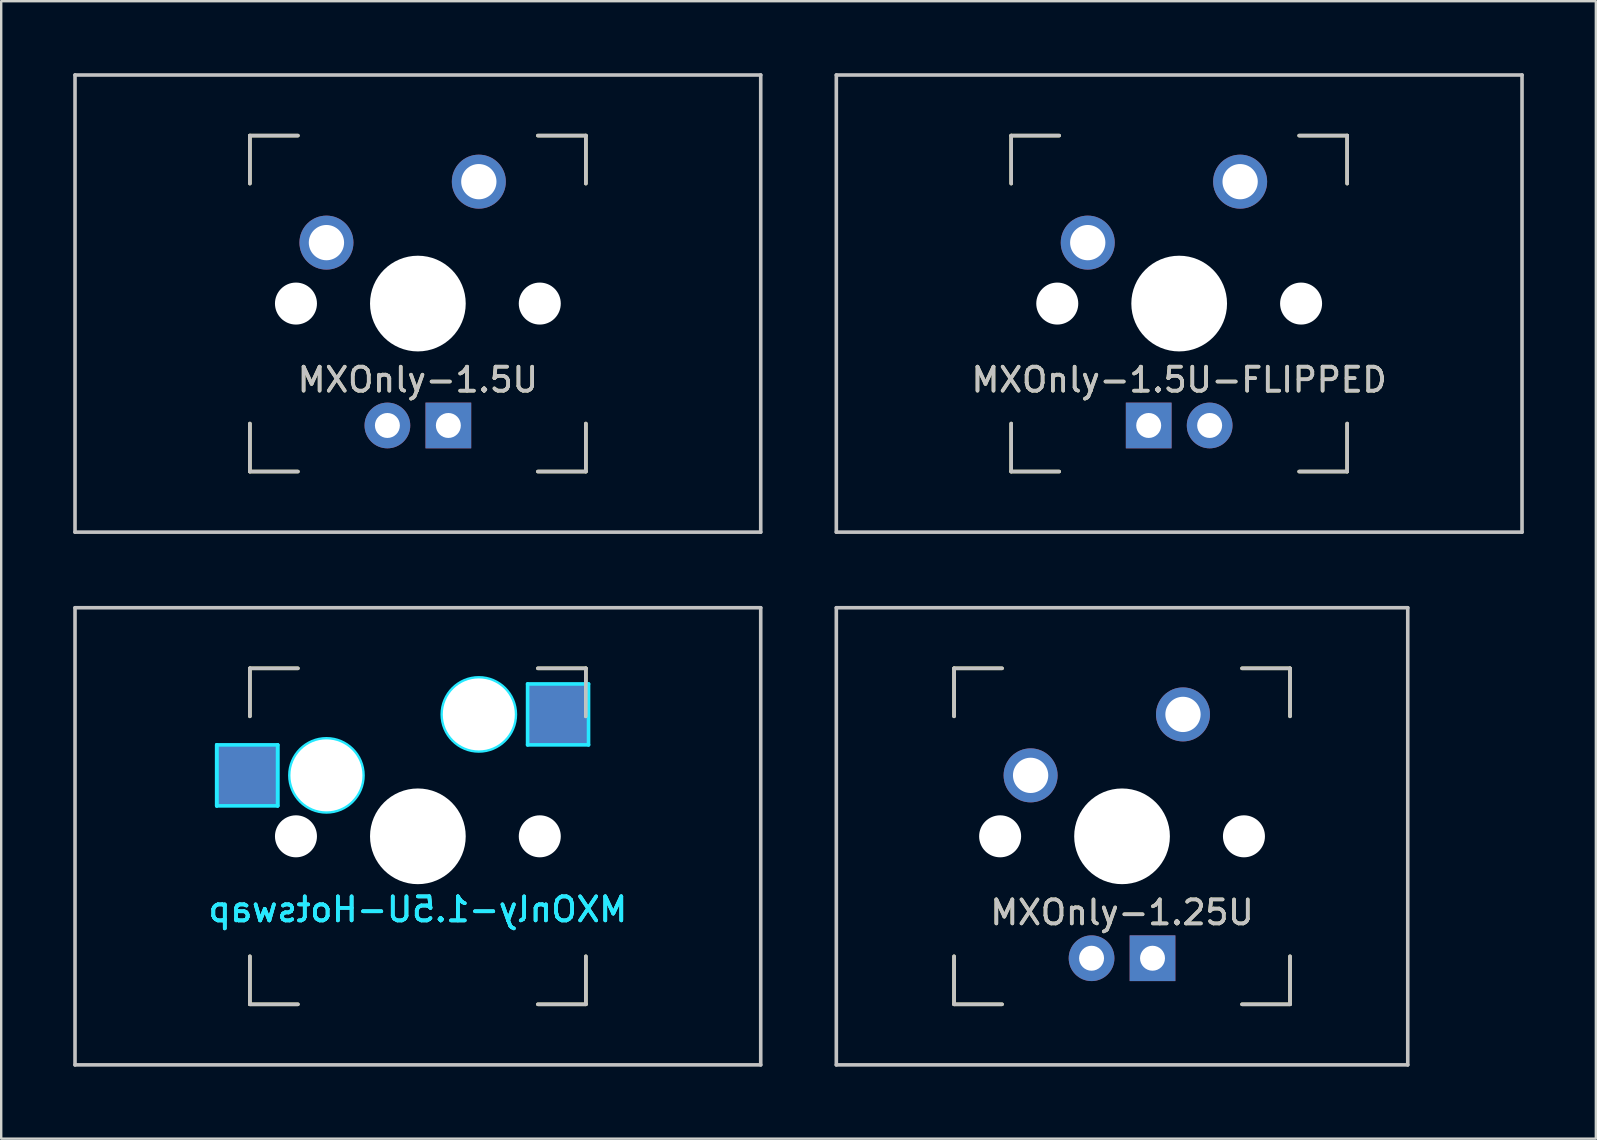
<source format=kicad_pcb>
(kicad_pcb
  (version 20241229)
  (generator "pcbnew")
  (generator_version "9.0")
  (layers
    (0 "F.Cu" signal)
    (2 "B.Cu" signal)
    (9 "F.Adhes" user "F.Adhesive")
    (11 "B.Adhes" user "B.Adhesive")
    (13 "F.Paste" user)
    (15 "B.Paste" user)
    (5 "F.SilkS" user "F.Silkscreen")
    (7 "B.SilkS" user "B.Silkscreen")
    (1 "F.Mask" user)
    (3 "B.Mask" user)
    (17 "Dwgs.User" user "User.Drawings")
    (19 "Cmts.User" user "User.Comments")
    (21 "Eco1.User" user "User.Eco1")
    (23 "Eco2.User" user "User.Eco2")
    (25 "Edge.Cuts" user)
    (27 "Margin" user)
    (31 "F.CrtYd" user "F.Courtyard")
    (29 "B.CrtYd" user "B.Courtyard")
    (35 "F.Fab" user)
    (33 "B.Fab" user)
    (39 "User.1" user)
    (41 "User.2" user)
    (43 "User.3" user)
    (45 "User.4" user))
  (footprint "MXOnly-1.25U"
    (layer "F.Cu")
    (at 43.706 31.8)
    (property "Reference" "MXOnly-1.25U" (at 0 3.175 0) (layer "Dwgs.User") (effects (font (size 1 1) (thickness 0.15))))
    (attr through_hole)
    (fp_line (start -7 -7) (end -7 -5) (stroke (width 0.15) (type solid)) (layer "F.SilkS"))
    (fp_line (start -7 5) (end -7 7) (stroke (width 0.15) (type solid)) (layer "F.SilkS"))
    (fp_line (start -7 7) (end -5 7) (stroke (width 0.15) (type solid)) (layer "F.SilkS"))
    (fp_line (start -5 -7) (end -7 -7) (stroke (width 0.15) (type solid)) (layer "F.SilkS"))
    (fp_line (start 5 -7) (end 7 -7) (stroke (width 0.15) (type solid)) (layer "F.SilkS"))
    (fp_line (start 5 7) (end 7 7) (stroke (width 0.15) (type solid)) (layer "F.SilkS"))
    (fp_line (start 7 -7) (end 7 -5) (stroke (width 0.15) (type solid)) (layer "F.SilkS"))
    (fp_line (start 7 7) (end 7 5) (stroke (width 0.15) (type solid)) (layer "F.SilkS"))
    (fp_line (start -11.906 -9.525) (end 11.906 -9.525) (stroke (width 0.15) (type solid)) (layer "Dwgs.User"))
    (fp_line (start -11.906 9.525) (end -11.906 -9.525) (stroke (width 0.15) (type solid)) (layer "Dwgs.User"))
    (fp_line (start -11.906 9.525) (end 11.906 9.525) (stroke (width 0.15) (type solid)) (layer "Dwgs.User"))
    (fp_line (start -7 -7) (end -7 -5) (stroke (width 0.15) (type solid)) (layer "Dwgs.User"))
    (fp_line (start -7 5) (end -7 7) (stroke (width 0.15) (type solid)) (layer "Dwgs.User"))
    (fp_line (start -7 7) (end -5 7) (stroke (width 0.15) (type solid)) (layer "Dwgs.User"))
    (fp_line (start -5 -7) (end -7 -7) (stroke (width 0.15) (type solid)) (layer "Dwgs.User"))
    (fp_line (start 5 -7) (end 7 -7) (stroke (width 0.15) (type solid)) (layer "Dwgs.User"))
    (fp_line (start 5 7) (end 7 7) (stroke (width 0.15) (type solid)) (layer "Dwgs.User"))
    (fp_line (start 7 -7) (end 7 -5) (stroke (width 0.15) (type solid)) (layer "Dwgs.User"))
    (fp_line (start 7 7) (end 7 5) (stroke (width 0.15) (type solid)) (layer "Dwgs.User"))
    (fp_line (start 11.906 -9.525) (end 11.906 9.525) (stroke (width 0.15) (type solid)) (layer "Dwgs.User"))
    (fp_text user "${REFERENCE}" (at 0 3.175 0) (layer "F.SilkS") (effects (font (size 1 1) (thickness 0.15))))
    (pad "" np_thru_hole circle (at -5.08 0 48.1) (size 1.75 1.75) (drill 1.75) (layers "*.Cu" "*.Mask"))
    (pad "" np_thru_hole circle (at 0 0) (size 3.988 3.988) (drill 3.988) (layers "*.Cu" "*.Mask"))
    (pad "" np_thru_hole circle (at 5.08 0 48.1) (size 1.75 1.75) (drill 1.75) (layers "*.Cu" "*.Mask"))
    (pad "1" thru_hole circle (at -3.81 -2.54) (size 2.25 2.25) (drill 1.47) (layers "*.Cu" "B.Mask"))
    (pad "2" thru_hole circle (at 2.54 -5.08) (size 2.25 2.25) (drill 1.47) (layers "*.Cu" "B.Mask"))
    (pad "3" thru_hole circle (at -1.27 5.08) (size 1.905 1.905) (drill 1.04) (layers "*.Cu" "B.Mask"))
    (pad "4" thru_hole rect (at 1.27 5.08) (size 1.905 1.905) (drill 1.04) (layers "*.Cu" "B.Mask")))
  (footprint "MXOnly-1.5U"
    (layer "F.Cu")
    (at 14.363 9.6)
    (property "Reference" "MXOnly-1.5U" (at 0 3.175 0) (layer "Dwgs.User") (effects (font (size 1 1) (thickness 0.15))))
    (attr through_hole)
    (fp_line (start -7 -7) (end -7 -5) (stroke (width 0.15) (type solid)) (layer "F.SilkS"))
    (fp_line (start -7 5) (end -7 7) (stroke (width 0.15) (type solid)) (layer "F.SilkS"))
    (fp_line (start -7 7) (end -5 7) (stroke (width 0.15) (type solid)) (layer "F.SilkS"))
    (fp_line (start -5 -7) (end -7 -7) (stroke (width 0.15) (type solid)) (layer "F.SilkS"))
    (fp_line (start 5 -7) (end 7 -7) (stroke (width 0.15) (type solid)) (layer "F.SilkS"))
    (fp_line (start 5 7) (end 7 7) (stroke (width 0.15) (type solid)) (layer "F.SilkS"))
    (fp_line (start 7 -7) (end 7 -5) (stroke (width 0.15) (type solid)) (layer "F.SilkS"))
    (fp_line (start 7 7) (end 7 5) (stroke (width 0.15) (type solid)) (layer "F.SilkS"))
    (fp_line (start -14.287 -9.525) (end 14.287 -9.525) (stroke (width 0.15) (type solid)) (layer "Dwgs.User"))
    (fp_line (start -14.287 9.525) (end -14.287 -9.525) (stroke (width 0.15) (type solid)) (layer "Dwgs.User"))
    (fp_line (start -14.287 9.525) (end 14.287 9.525) (stroke (width 0.15) (type solid)) (layer "Dwgs.User"))
    (fp_line (start -7 -7) (end -7 -5) (stroke (width 0.15) (type solid)) (layer "Dwgs.User"))
    (fp_line (start -7 5) (end -7 7) (stroke (width 0.15) (type solid)) (layer "Dwgs.User"))
    (fp_line (start -7 7) (end -5 7) (stroke (width 0.15) (type solid)) (layer "Dwgs.User"))
    (fp_line (start -5 -7) (end -7 -7) (stroke (width 0.15) (type solid)) (layer "Dwgs.User"))
    (fp_line (start 5 -7) (end 7 -7) (stroke (width 0.15) (type solid)) (layer "Dwgs.User"))
    (fp_line (start 5 7) (end 7 7) (stroke (width 0.15) (type solid)) (layer "Dwgs.User"))
    (fp_line (start 7 -7) (end 7 -5) (stroke (width 0.15) (type solid)) (layer "Dwgs.User"))
    (fp_line (start 7 7) (end 7 5) (stroke (width 0.15) (type solid)) (layer "Dwgs.User"))
    (fp_line (start 14.287 -9.525) (end 14.287 9.525) (stroke (width 0.15) (type solid)) (layer "Dwgs.User"))
    (fp_text user "${REFERENCE}" (at 0 3.175 0) (layer "F.SilkS") (effects (font (size 1 1) (thickness 0.15))))
    (pad "" np_thru_hole circle (at -5.08 0 48.1) (size 1.75 1.75) (drill 1.75) (layers "*.Cu" "*.Mask"))
    (pad "" np_thru_hole circle (at 0 0) (size 3.988 3.988) (drill 3.988) (layers "*.Cu" "*.Mask"))
    (pad "" np_thru_hole circle (at 5.08 0 48.1) (size 1.75 1.75) (drill 1.75) (layers "*.Cu" "*.Mask"))
    (pad "1" thru_hole circle (at -3.81 -2.54) (size 2.25 2.25) (drill 1.47) (layers "*.Cu" "B.Mask"))
    (pad "2" thru_hole circle (at 2.54 -5.08) (size 2.25 2.25) (drill 1.47) (layers "*.Cu" "B.Mask"))
    (pad "3" thru_hole circle (at -1.27 5.08) (size 1.905 1.905) (drill 1.04) (layers "*.Cu" "B.Mask"))
    (pad "4" thru_hole rect (at 1.27 5.08) (size 1.905 1.905) (drill 1.04) (layers "*.Cu" "B.Mask")))
  (footprint "MXOnly-1.5U-Hotswap"
    (layer "F.Cu")
    (at 14.363 31.8)
    (property "Reference" "MXOnly-1.5U-Hotswap" (at 0 3.048 0) (layer "B.CrtYd") (effects (font (size 1 1) (thickness 0.15)) (justify mirror)))
    (attr smd)
    (fp_line (start -7 -7) (end -7 -5) (stroke (width 0.15) (type solid)) (layer "F.SilkS"))
    (fp_line (start -7 5) (end -7 7) (stroke (width 0.15) (type solid)) (layer "F.SilkS"))
    (fp_line (start -7 7) (end -5 7) (stroke (width 0.15) (type solid)) (layer "F.SilkS"))
    (fp_line (start -5 -7) (end -7 -7) (stroke (width 0.15) (type solid)) (layer "F.SilkS"))
    (fp_line (start 5 -7) (end 7 -7) (stroke (width 0.15) (type solid)) (layer "F.SilkS"))
    (fp_line (start 5 7) (end 7 7) (stroke (width 0.15) (type solid)) (layer "F.SilkS"))
    (fp_line (start 7 -7) (end 7 -5) (stroke (width 0.15) (type solid)) (layer "F.SilkS"))
    (fp_line (start 7 7) (end 7 5) (stroke (width 0.15) (type solid)) (layer "F.SilkS"))
    (fp_line (start -14.287 -9.525) (end 14.287 -9.525) (stroke (width 0.15) (type solid)) (layer "Dwgs.User"))
    (fp_line (start -14.287 9.525) (end -14.287 -9.525) (stroke (width 0.15) (type solid)) (layer "Dwgs.User"))
    (fp_line (start -7 -7) (end -7 -5) (stroke (width 0.15) (type solid)) (layer "Dwgs.User"))
    (fp_line (start -7 5) (end -7 7) (stroke (width 0.15) (type solid)) (layer "Dwgs.User"))
    (fp_line (start -7 7) (end -5 7) (stroke (width 0.15) (type solid)) (layer "Dwgs.User"))
    (fp_line (start -5 -7) (end -7 -7) (stroke (width 0.15) (type solid)) (layer "Dwgs.User"))
    (fp_line (start 5 -7) (end 7 -7) (stroke (width 0.15) (type solid)) (layer "Dwgs.User"))
    (fp_line (start 5 7) (end 7 7) (stroke (width 0.15) (type solid)) (layer "Dwgs.User"))
    (fp_line (start 7 -7) (end 7 -5) (stroke (width 0.15) (type solid)) (layer "Dwgs.User"))
    (fp_line (start 7 7) (end 7 5) (stroke (width 0.15) (type solid)) (layer "Dwgs.User"))
    (fp_line (start 14.287 -9.525) (end 14.287 9.525) (stroke (width 0.15) (type solid)) (layer "Dwgs.User"))
    (fp_line (start 14.287 9.525) (end -14.287 9.525) (stroke (width 0.15) (type solid)) (layer "Dwgs.User"))
    (fp_line (start -8.382 -3.81) (end -5.842 -3.81) (stroke (width 0.15) (type solid)) (layer "B.CrtYd"))
    (fp_line (start -8.382 -1.27) (end -8.382 -3.81) (stroke (width 0.15) (type solid)) (layer "B.CrtYd"))
    (fp_line (start -8.382 -1.27) (end -8.382 -3.81) (stroke (width 0.15) (type solid)) (layer "B.CrtYd"))
    (fp_line (start -5.842 -3.81) (end -5.842 -1.27) (stroke (width 0.15) (type solid)) (layer "B.CrtYd"))
    (fp_line (start -5.842 -3.81) (end -5.842 -1.27) (stroke (width 0.15) (type solid)) (layer "B.CrtYd"))
    (fp_line (start -5.842 -1.27) (end -8.382 -1.27) (stroke (width 0.15) (type solid)) (layer "B.CrtYd"))
    (fp_line (start 4.572 -6.35) (end 7.112 -6.35) (stroke (width 0.15) (type solid)) (layer "B.CrtYd"))
    (fp_line (start 4.572 -3.81) (end 4.572 -6.35) (stroke (width 0.15) (type solid)) (layer "B.CrtYd"))
    (fp_line (start 7.112 -6.35) (end 7.112 -3.81) (stroke (width 0.15) (type solid)) (layer "B.CrtYd"))
    (fp_line (start 7.112 -3.81) (end 4.572 -3.81) (stroke (width 0.15) (type solid)) (layer "B.CrtYd"))
    (fp_circle (center -3.81 -2.54) (end -3.81 -4.064) (stroke (width 0.15) (type solid)) (fill no) (layer "B.CrtYd"))
    (fp_circle (center 2.54 -5.08) (end 2.54 -6.604) (stroke (width 0.15) (type solid)) (fill no) (layer "B.CrtYd"))
    (fp_text user "${REFERENCE}" (at 0 3.048 0) (layer "B.SilkS") (effects (font (size 1 1) (thickness 0.15)) (justify mirror)))
    (fp_text user "${REFERENCE}" (at 0 3.048 0) (layer "B.CrtYd") (effects (font (size 1 1) (thickness 0.15)) (justify mirror)))
    (pad "" np_thru_hole circle (at -5.08 0 48.1) (size 1.75 1.75) (drill 1.75) (layers "*.Cu" "*.Mask"))
    (pad "" np_thru_hole circle (at -3.81 -2.54) (size 3 3) (drill 3) (layers "*.Cu" "*.Mask"))
    (pad "" np_thru_hole circle (at 0 0) (size 3.988 3.988) (drill 3.988) (layers "*.Cu" "*.Mask"))
    (pad "" np_thru_hole circle (at 2.54 -5.08) (size 3 3) (drill 3) (layers "*.Cu" "*.Mask"))
    (pad "" np_thru_hole circle (at 5.08 0 48.1) (size 1.75 1.75) (drill 1.75) (layers "*.Cu" "*.Mask"))
    (pad "1" smd rect (at -7.085 -2.54) (size 2.55 2.5) (layers "B.Cu" "B.Mask" "B.Paste"))
    (pad "2" smd rect (at 5.842 -5.08) (size 2.55 2.5) (layers "B.Cu" "B.Mask" "B.Paste")))
  (footprint "MXOnly-1.5U-FLIPPED"
    (layer "F.Cu")
    (at 46.087 9.6)
    (property "Reference" "MXOnly-1.5U-FLIPPED" (at 0 3.175 0) (layer "Dwgs.User") (effects (font (size 1 1) (thickness 0.15))))
    (attr through_hole)
    (fp_line (start -7 -7) (end -7 -5) (stroke (width 0.15) (type solid)) (layer "F.SilkS"))
    (fp_line (start -7 5) (end -7 7) (stroke (width 0.15) (type solid)) (layer "F.SilkS"))
    (fp_line (start -7 7) (end -5 7) (stroke (width 0.15) (type solid)) (layer "F.SilkS"))
    (fp_line (start -5 -7) (end -7 -7) (stroke (width 0.15) (type solid)) (layer "F.SilkS"))
    (fp_line (start 5 -7) (end 7 -7) (stroke (width 0.15) (type solid)) (layer "F.SilkS"))
    (fp_line (start 5 7) (end 7 7) (stroke (width 0.15) (type solid)) (layer "F.SilkS"))
    (fp_line (start 7 -7) (end 7 -5) (stroke (width 0.15) (type solid)) (layer "F.SilkS"))
    (fp_line (start 7 7) (end 7 5) (stroke (width 0.15) (type solid)) (layer "F.SilkS"))
    (fp_line (start -14.287 -9.525) (end 14.287 -9.525) (stroke (width 0.15) (type solid)) (layer "Dwgs.User"))
    (fp_line (start -14.287 9.525) (end -14.287 -9.525) (stroke (width 0.15) (type solid)) (layer "Dwgs.User"))
    (fp_line (start -14.287 9.525) (end 14.287 9.525) (stroke (width 0.15) (type solid)) (layer "Dwgs.User"))
    (fp_line (start -7 -7) (end -7 -5) (stroke (width 0.15) (type solid)) (layer "Dwgs.User"))
    (fp_line (start -7 5) (end -7 7) (stroke (width 0.15) (type solid)) (layer "Dwgs.User"))
    (fp_line (start -7 7) (end -5 7) (stroke (width 0.15) (type solid)) (layer "Dwgs.User"))
    (fp_line (start -5 -7) (end -7 -7) (stroke (width 0.15) (type solid)) (layer "Dwgs.User"))
    (fp_line (start 5 -7) (end 7 -7) (stroke (width 0.15) (type solid)) (layer "Dwgs.User"))
    (fp_line (start 5 7) (end 7 7) (stroke (width 0.15) (type solid)) (layer "Dwgs.User"))
    (fp_line (start 7 -7) (end 7 -5) (stroke (width 0.15) (type solid)) (layer "Dwgs.User"))
    (fp_line (start 7 7) (end 7 5) (stroke (width 0.15) (type solid)) (layer "Dwgs.User"))
    (fp_line (start 14.287 -9.525) (end 14.287 9.525) (stroke (width 0.15) (type solid)) (layer "Dwgs.User"))
    (fp_text user "${REFERENCE}" (at 0 3.175 0) (layer "F.SilkS") (effects (font (size 1 1) (thickness 0.15))))
    (pad "" np_thru_hole circle (at -5.08 0 48.1) (size 1.75 1.75) (drill 1.75) (layers "*.Cu" "*.Mask"))
    (pad "" np_thru_hole circle (at 0 0) (size 3.988 3.988) (drill 3.988) (layers "*.Cu" "*.Mask"))
    (pad "" np_thru_hole circle (at 5.08 0 48.1) (size 1.75 1.75) (drill 1.75) (layers "*.Cu" "*.Mask"))
    (pad "1" thru_hole circle (at -3.81 -2.54) (size 2.25 2.25) (drill 1.47) (layers "*.Cu" "B.Mask"))
    (pad "2" thru_hole circle (at 2.54 -5.08) (size 2.25 2.25) (drill 1.47) (layers "*.Cu" "B.Mask"))
    (pad "3" thru_hole circle (at 1.27 5.08) (size 1.905 1.905) (drill 1.04) (layers "*.Cu" "B.Mask"))
    (pad "4" thru_hole rect (at -1.27 5.08) (size 1.905 1.905) (drill 1.04) (layers "*.Cu" "B.Mask")))
  (gr_rect
    (start -3 -3)
    (end 63.45 44.4)
    (stroke (width 0.1) (type default))
    (fill no)
    (layer "Edge.Cuts")))
</source>
